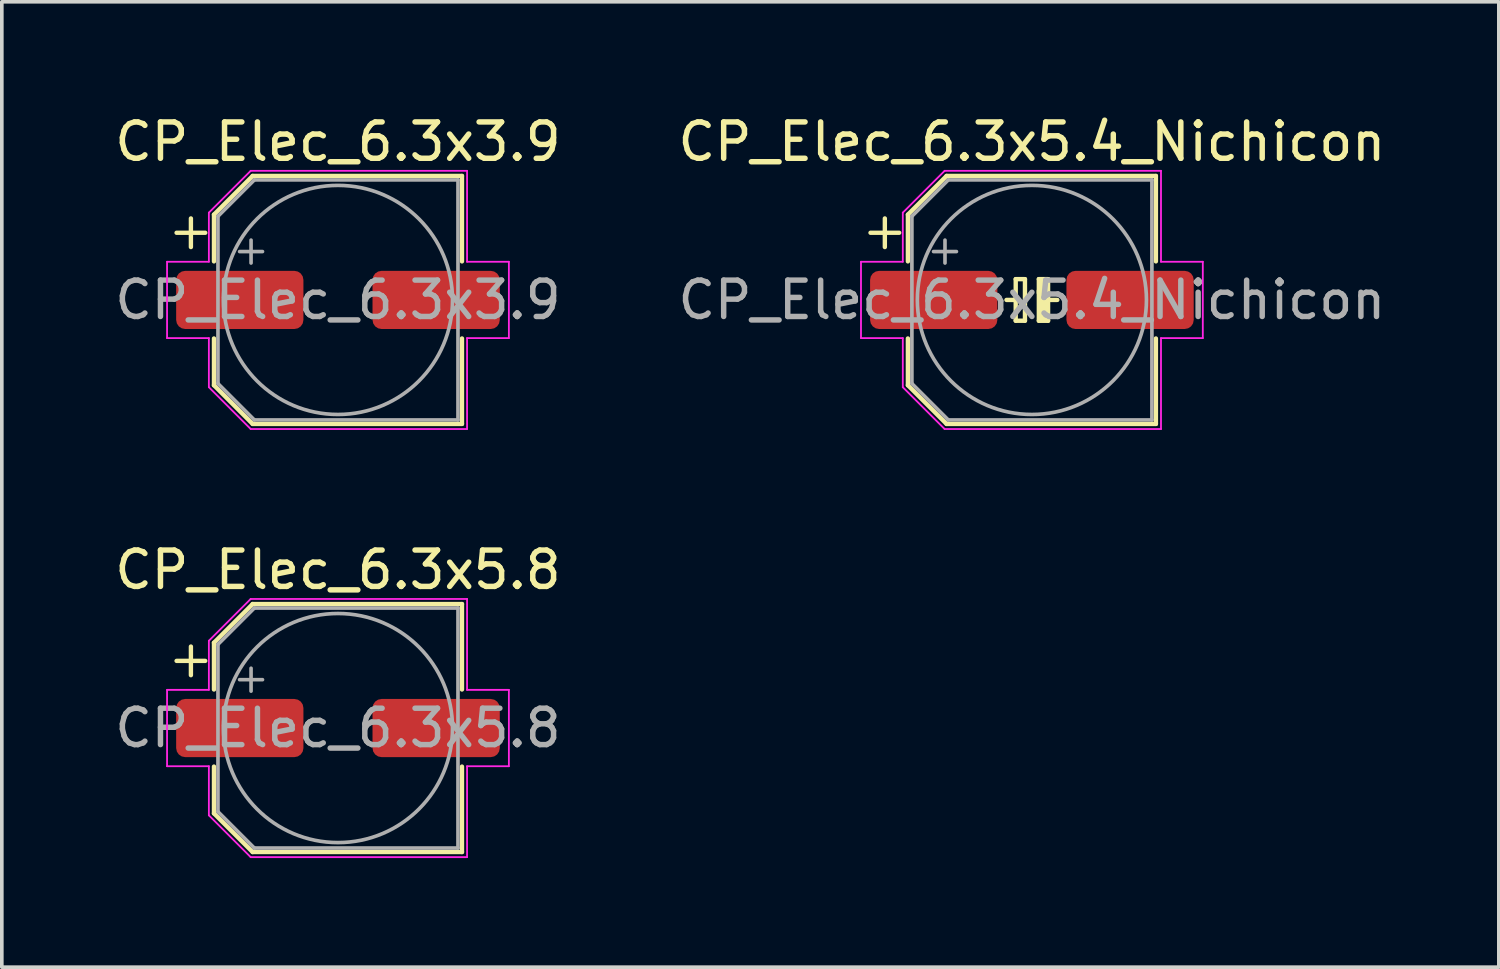
<source format=kicad_pcb>
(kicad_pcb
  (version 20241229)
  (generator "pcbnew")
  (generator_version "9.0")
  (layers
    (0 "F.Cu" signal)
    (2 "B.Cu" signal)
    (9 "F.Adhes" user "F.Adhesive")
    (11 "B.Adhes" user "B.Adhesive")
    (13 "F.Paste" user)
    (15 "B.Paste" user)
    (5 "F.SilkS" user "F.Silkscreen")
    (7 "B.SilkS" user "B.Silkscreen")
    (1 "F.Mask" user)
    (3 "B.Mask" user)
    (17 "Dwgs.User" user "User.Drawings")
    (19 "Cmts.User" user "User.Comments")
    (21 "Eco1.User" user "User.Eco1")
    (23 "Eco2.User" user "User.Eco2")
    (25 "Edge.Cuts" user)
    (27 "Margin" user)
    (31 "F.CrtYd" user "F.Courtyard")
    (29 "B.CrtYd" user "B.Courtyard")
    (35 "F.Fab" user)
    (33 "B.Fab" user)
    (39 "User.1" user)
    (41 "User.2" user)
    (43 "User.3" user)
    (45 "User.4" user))
  (footprint "CP_Elec_6.3x5.4_Nichicon"
    (layer "F.Cu")
    (at 25.327 5.198)
    (property "Reference" "CP_Elec_6.3x5.4_Nichicon" (at 0 -4.35 0) (layer "F.SilkS") (effects (font (size 1 1) (thickness 0.15))))
    (attr smd)
    (fp_line (start -4.438 -1.847) (end -3.65 -1.847) (stroke (width 0.12) (type solid)) (layer "F.SilkS"))
    (fp_line (start -4.044 -2.241) (end -4.044 -1.454) (stroke (width 0.12) (type solid)) (layer "F.SilkS"))
    (fp_line (start -3.41 -2.346) (end -3.41 -1.06) (stroke (width 0.12) (type solid)) (layer "F.SilkS"))
    (fp_line (start -3.41 -2.346) (end -2.346 -3.41) (stroke (width 0.12) (type solid)) (layer "F.SilkS"))
    (fp_line (start -3.41 2.346) (end -3.41 1.06) (stroke (width 0.12) (type solid)) (layer "F.SilkS"))
    (fp_line (start -3.41 2.346) (end -2.346 3.41) (stroke (width 0.12) (type solid)) (layer "F.SilkS"))
    (fp_line (start -2.346 -3.41) (end 3.41 -3.41) (stroke (width 0.12) (type solid)) (layer "F.SilkS"))
    (fp_line (start -2.346 3.41) (end 3.41 3.41) (stroke (width 0.12) (type solid)) (layer "F.SilkS"))
    (fp_line (start -0.445 -0.572) (end -0.191 -0.572) (stroke (width 0.12) (type solid)) (layer "F.SilkS"))
    (fp_line (start -0.445 0) (end -0.699 0) (stroke (width 0.12) (type solid)) (layer "F.SilkS"))
    (fp_line (start -0.445 0.572) (end -0.445 -0.572) (stroke (width 0.12) (type solid)) (layer "F.SilkS"))
    (fp_line (start -0.191 -0.572) (end -0.191 0.572) (stroke (width 0.12) (type solid)) (layer "F.SilkS"))
    (fp_line (start -0.191 0.572) (end -0.445 0.572) (stroke (width 0.12) (type solid)) (layer "F.SilkS"))
    (fp_line (start 0.191 -0.572) (end 0.191 -0.191) (stroke (width 0.12) (type solid)) (layer "F.SilkS"))
    (fp_line (start 0.191 -0.572) (end 0.445 -0.572) (stroke (width 0.12) (type solid)) (layer "F.SilkS"))
    (fp_line (start 0.191 -0.254) (end 0.191 0.572) (stroke (width 0.12) (type solid)) (layer "F.SilkS"))
    (fp_line (start 0.445 0) (end 0.699 0) (stroke (width 0.12) (type solid)) (layer "F.SilkS"))
    (fp_line (start 0.445 0.572) (end 0.191 0.572) (stroke (width 0.12) (type solid)) (layer "F.SilkS"))
    (fp_line (start 0.445 0.572) (end 0.445 -0.572) (stroke (width 0.12) (type solid)) (layer "F.SilkS"))
    (fp_line (start 3.41 -3.41) (end 3.41 -1.06) (stroke (width 0.12) (type solid)) (layer "F.SilkS"))
    (fp_line (start 3.41 3.41) (end 3.41 1.06) (stroke (width 0.12) (type solid)) (layer "F.SilkS"))
    (fp_poly (pts (xy 0.445 0.572) (xy 0.191 0.572) (xy 0.191 -0.572) (xy 0.445 -0.572)) (stroke (width 0.1) (type solid)) (fill yes) (layer "F.SilkS"))
    (fp_line (start -4.7 -1.05) (end -4.7 1.05) (stroke (width 0.05) (type solid)) (layer "F.CrtYd"))
    (fp_line (start -4.7 1.05) (end -3.55 1.05) (stroke (width 0.05) (type solid)) (layer "F.CrtYd"))
    (fp_line (start -3.55 -2.4) (end -3.55 -1.05) (stroke (width 0.05) (type solid)) (layer "F.CrtYd"))
    (fp_line (start -3.55 -2.4) (end -2.4 -3.55) (stroke (width 0.05) (type solid)) (layer "F.CrtYd"))
    (fp_line (start -3.55 -1.05) (end -4.7 -1.05) (stroke (width 0.05) (type solid)) (layer "F.CrtYd"))
    (fp_line (start -3.55 1.05) (end -3.55 2.4) (stroke (width 0.05) (type solid)) (layer "F.CrtYd"))
    (fp_line (start -3.55 2.4) (end -2.4 3.55) (stroke (width 0.05) (type solid)) (layer "F.CrtYd"))
    (fp_line (start -2.4 -3.55) (end 3.55 -3.55) (stroke (width 0.05) (type solid)) (layer "F.CrtYd"))
    (fp_line (start -2.4 3.55) (end 3.55 3.55) (stroke (width 0.05) (type solid)) (layer "F.CrtYd"))
    (fp_line (start 3.55 -3.55) (end 3.55 -1.05) (stroke (width 0.05) (type solid)) (layer "F.CrtYd"))
    (fp_line (start 3.55 -1.05) (end 4.7 -1.05) (stroke (width 0.05) (type solid)) (layer "F.CrtYd"))
    (fp_line (start 3.55 1.05) (end 3.55 3.55) (stroke (width 0.05) (type solid)) (layer "F.CrtYd"))
    (fp_line (start 4.7 -1.05) (end 4.7 1.05) (stroke (width 0.05) (type solid)) (layer "F.CrtYd"))
    (fp_line (start 4.7 1.05) (end 3.55 1.05) (stroke (width 0.05) (type solid)) (layer "F.CrtYd"))
    (fp_line (start -3.3 -2.3) (end -3.3 2.3) (stroke (width 0.1) (type solid)) (layer "F.Fab"))
    (fp_line (start -3.3 -2.3) (end -2.3 -3.3) (stroke (width 0.1) (type solid)) (layer "F.Fab"))
    (fp_line (start -3.3 2.3) (end -2.3 3.3) (stroke (width 0.1) (type solid)) (layer "F.Fab"))
    (fp_line (start -2.705 -1.33) (end -2.075 -1.33) (stroke (width 0.1) (type solid)) (layer "F.Fab"))
    (fp_line (start -2.39 -1.645) (end -2.39 -1.015) (stroke (width 0.1) (type solid)) (layer "F.Fab"))
    (fp_line (start -2.3 -3.3) (end 3.3 -3.3) (stroke (width 0.1) (type solid)) (layer "F.Fab"))
    (fp_line (start -2.3 3.3) (end 3.3 3.3) (stroke (width 0.1) (type solid)) (layer "F.Fab"))
    (fp_line (start 3.3 -3.3) (end 3.3 3.3) (stroke (width 0.1) (type solid)) (layer "F.Fab"))
    (fp_circle (center 0 0) (end 3.15 0) (stroke (width 0.1) (type solid)) (fill no) (layer "F.Fab"))
    (fp_text user "${REFERENCE}" (at 0 0 0) (layer "F.Fab") (effects (font (size 1 1) (thickness 0.15))))
    (pad "1" smd roundrect (at -2.7 0) (size 3.5 1.6) (layers "F.Cu" "F.Mask" "F.Paste") (roundrect_rratio 0.156))
    (pad "2" smd roundrect (at 2.7 0) (size 3.5 1.6) (layers "F.Cu" "F.Mask" "F.Paste") (roundrect_rratio 0.156)))
  (footprint "CP_Elec_6.3x3.9"
    (layer "F.Cu")
    (at 6.244 5.198)
    (property "Reference" "CP_Elec_6.3x3.9" (at 0 -4.35 0) (layer "F.SilkS") (effects (font (size 1 1) (thickness 0.15))))
    (attr smd)
    (fp_line (start -4.438 -1.847) (end -3.65 -1.847) (stroke (width 0.12) (type solid)) (layer "F.SilkS"))
    (fp_line (start -4.044 -2.241) (end -4.044 -1.454) (stroke (width 0.12) (type solid)) (layer "F.SilkS"))
    (fp_line (start -3.41 -2.346) (end -3.41 -1.06) (stroke (width 0.12) (type solid)) (layer "F.SilkS"))
    (fp_line (start -3.41 -2.346) (end -2.346 -3.41) (stroke (width 0.12) (type solid)) (layer "F.SilkS"))
    (fp_line (start -3.41 2.346) (end -3.41 1.06) (stroke (width 0.12) (type solid)) (layer "F.SilkS"))
    (fp_line (start -3.41 2.346) (end -2.346 3.41) (stroke (width 0.12) (type solid)) (layer "F.SilkS"))
    (fp_line (start -2.346 -3.41) (end 3.41 -3.41) (stroke (width 0.12) (type solid)) (layer "F.SilkS"))
    (fp_line (start -2.346 3.41) (end 3.41 3.41) (stroke (width 0.12) (type solid)) (layer "F.SilkS"))
    (fp_line (start 3.41 -3.41) (end 3.41 -1.06) (stroke (width 0.12) (type solid)) (layer "F.SilkS"))
    (fp_line (start 3.41 3.41) (end 3.41 1.06) (stroke (width 0.12) (type solid)) (layer "F.SilkS"))
    (fp_line (start -4.7 -1.05) (end -4.7 1.05) (stroke (width 0.05) (type solid)) (layer "F.CrtYd"))
    (fp_line (start -4.7 1.05) (end -3.55 1.05) (stroke (width 0.05) (type solid)) (layer "F.CrtYd"))
    (fp_line (start -3.55 -2.4) (end -3.55 -1.05) (stroke (width 0.05) (type solid)) (layer "F.CrtYd"))
    (fp_line (start -3.55 -2.4) (end -2.4 -3.55) (stroke (width 0.05) (type solid)) (layer "F.CrtYd"))
    (fp_line (start -3.55 -1.05) (end -4.7 -1.05) (stroke (width 0.05) (type solid)) (layer "F.CrtYd"))
    (fp_line (start -3.55 1.05) (end -3.55 2.4) (stroke (width 0.05) (type solid)) (layer "F.CrtYd"))
    (fp_line (start -3.55 2.4) (end -2.4 3.55) (stroke (width 0.05) (type solid)) (layer "F.CrtYd"))
    (fp_line (start -2.4 -3.55) (end 3.55 -3.55) (stroke (width 0.05) (type solid)) (layer "F.CrtYd"))
    (fp_line (start -2.4 3.55) (end 3.55 3.55) (stroke (width 0.05) (type solid)) (layer "F.CrtYd"))
    (fp_line (start 3.55 -3.55) (end 3.55 -1.05) (stroke (width 0.05) (type solid)) (layer "F.CrtYd"))
    (fp_line (start 3.55 -1.05) (end 4.7 -1.05) (stroke (width 0.05) (type solid)) (layer "F.CrtYd"))
    (fp_line (start 3.55 1.05) (end 3.55 3.55) (stroke (width 0.05) (type solid)) (layer "F.CrtYd"))
    (fp_line (start 4.7 -1.05) (end 4.7 1.05) (stroke (width 0.05) (type solid)) (layer "F.CrtYd"))
    (fp_line (start 4.7 1.05) (end 3.55 1.05) (stroke (width 0.05) (type solid)) (layer "F.CrtYd"))
    (fp_line (start -3.3 -2.3) (end -3.3 2.3) (stroke (width 0.1) (type solid)) (layer "F.Fab"))
    (fp_line (start -3.3 -2.3) (end -2.3 -3.3) (stroke (width 0.1) (type solid)) (layer "F.Fab"))
    (fp_line (start -3.3 2.3) (end -2.3 3.3) (stroke (width 0.1) (type solid)) (layer "F.Fab"))
    (fp_line (start -2.705 -1.33) (end -2.075 -1.33) (stroke (width 0.1) (type solid)) (layer "F.Fab"))
    (fp_line (start -2.39 -1.645) (end -2.39 -1.015) (stroke (width 0.1) (type solid)) (layer "F.Fab"))
    (fp_line (start -2.3 -3.3) (end 3.3 -3.3) (stroke (width 0.1) (type solid)) (layer "F.Fab"))
    (fp_line (start -2.3 3.3) (end 3.3 3.3) (stroke (width 0.1) (type solid)) (layer "F.Fab"))
    (fp_line (start 3.3 -3.3) (end 3.3 3.3) (stroke (width 0.1) (type solid)) (layer "F.Fab"))
    (fp_circle (center 0 0) (end 3.15 0) (stroke (width 0.1) (type solid)) (fill no) (layer "F.Fab"))
    (fp_text user "${REFERENCE}" (at 0 0 0) (layer "F.Fab") (effects (font (size 1 1) (thickness 0.15))))
    (pad "1" smd roundrect (at -2.7 0) (size 3.5 1.6) (layers "F.Cu" "F.Mask" "F.Paste") (roundrect_rratio 0.156))
    (pad "2" smd roundrect (at 2.7 0) (size 3.5 1.6) (layers "F.Cu" "F.Mask" "F.Paste") (roundrect_rratio 0.156)))
  (footprint "CP_Elec_6.3x5.8"
    (layer "F.Cu")
    (at 6.244 16.971)
    (property "Reference" "CP_Elec_6.3x5.8" (at 0 -4.35 0) (layer "F.SilkS") (effects (font (size 1 1) (thickness 0.15))))
    (attr smd)
    (fp_line (start -4.438 -1.847) (end -3.65 -1.847) (stroke (width 0.12) (type solid)) (layer "F.SilkS"))
    (fp_line (start -4.044 -2.241) (end -4.044 -1.454) (stroke (width 0.12) (type solid)) (layer "F.SilkS"))
    (fp_line (start -3.41 -2.346) (end -3.41 -1.06) (stroke (width 0.12) (type solid)) (layer "F.SilkS"))
    (fp_line (start -3.41 -2.346) (end -2.346 -3.41) (stroke (width 0.12) (type solid)) (layer "F.SilkS"))
    (fp_line (start -3.41 2.346) (end -3.41 1.06) (stroke (width 0.12) (type solid)) (layer "F.SilkS"))
    (fp_line (start -3.41 2.346) (end -2.346 3.41) (stroke (width 0.12) (type solid)) (layer "F.SilkS"))
    (fp_line (start -2.346 -3.41) (end 3.41 -3.41) (stroke (width 0.12) (type solid)) (layer "F.SilkS"))
    (fp_line (start -2.346 3.41) (end 3.41 3.41) (stroke (width 0.12) (type solid)) (layer "F.SilkS"))
    (fp_line (start 3.41 -3.41) (end 3.41 -1.06) (stroke (width 0.12) (type solid)) (layer "F.SilkS"))
    (fp_line (start 3.41 3.41) (end 3.41 1.06) (stroke (width 0.12) (type solid)) (layer "F.SilkS"))
    (fp_line (start -4.7 -1.05) (end -4.7 1.05) (stroke (width 0.05) (type solid)) (layer "F.CrtYd"))
    (fp_line (start -4.7 1.05) (end -3.55 1.05) (stroke (width 0.05) (type solid)) (layer "F.CrtYd"))
    (fp_line (start -3.55 -2.4) (end -3.55 -1.05) (stroke (width 0.05) (type solid)) (layer "F.CrtYd"))
    (fp_line (start -3.55 -2.4) (end -2.4 -3.55) (stroke (width 0.05) (type solid)) (layer "F.CrtYd"))
    (fp_line (start -3.55 -1.05) (end -4.7 -1.05) (stroke (width 0.05) (type solid)) (layer "F.CrtYd"))
    (fp_line (start -3.55 1.05) (end -3.55 2.4) (stroke (width 0.05) (type solid)) (layer "F.CrtYd"))
    (fp_line (start -3.55 2.4) (end -2.4 3.55) (stroke (width 0.05) (type solid)) (layer "F.CrtYd"))
    (fp_line (start -2.4 -3.55) (end 3.55 -3.55) (stroke (width 0.05) (type solid)) (layer "F.CrtYd"))
    (fp_line (start -2.4 3.55) (end 3.55 3.55) (stroke (width 0.05) (type solid)) (layer "F.CrtYd"))
    (fp_line (start 3.55 -3.55) (end 3.55 -1.05) (stroke (width 0.05) (type solid)) (layer "F.CrtYd"))
    (fp_line (start 3.55 -1.05) (end 4.7 -1.05) (stroke (width 0.05) (type solid)) (layer "F.CrtYd"))
    (fp_line (start 3.55 1.05) (end 3.55 3.55) (stroke (width 0.05) (type solid)) (layer "F.CrtYd"))
    (fp_line (start 4.7 -1.05) (end 4.7 1.05) (stroke (width 0.05) (type solid)) (layer "F.CrtYd"))
    (fp_line (start 4.7 1.05) (end 3.55 1.05) (stroke (width 0.05) (type solid)) (layer "F.CrtYd"))
    (fp_line (start -3.3 -2.3) (end -3.3 2.3) (stroke (width 0.1) (type solid)) (layer "F.Fab"))
    (fp_line (start -3.3 -2.3) (end -2.3 -3.3) (stroke (width 0.1) (type solid)) (layer "F.Fab"))
    (fp_line (start -3.3 2.3) (end -2.3 3.3) (stroke (width 0.1) (type solid)) (layer "F.Fab"))
    (fp_line (start -2.705 -1.33) (end -2.075 -1.33) (stroke (width 0.1) (type solid)) (layer "F.Fab"))
    (fp_line (start -2.39 -1.645) (end -2.39 -1.015) (stroke (width 0.1) (type solid)) (layer "F.Fab"))
    (fp_line (start -2.3 -3.3) (end 3.3 -3.3) (stroke (width 0.1) (type solid)) (layer "F.Fab"))
    (fp_line (start -2.3 3.3) (end 3.3 3.3) (stroke (width 0.1) (type solid)) (layer "F.Fab"))
    (fp_line (start 3.3 -3.3) (end 3.3 3.3) (stroke (width 0.1) (type solid)) (layer "F.Fab"))
    (fp_circle (center 0 0) (end 3.15 0) (stroke (width 0.1) (type solid)) (fill no) (layer "F.Fab"))
    (fp_text user "${REFERENCE}" (at 0 0 0) (layer "F.Fab") (effects (font (size 1 1) (thickness 0.15))))
    (pad "1" smd roundrect (at -2.7 0) (size 3.5 1.6) (layers "F.Cu" "F.Mask" "F.Paste") (roundrect_rratio 0.156))
    (pad "2" smd roundrect (at 2.7 0) (size 3.5 1.6) (layers "F.Cu" "F.Mask" "F.Paste") (roundrect_rratio 0.156)))
  (gr_rect
    (start -3 -3)
    (end 38.167 23.547)
    (stroke (width 0.1) (type default))
    (fill no)
    (layer "Edge.Cuts")))
</source>
